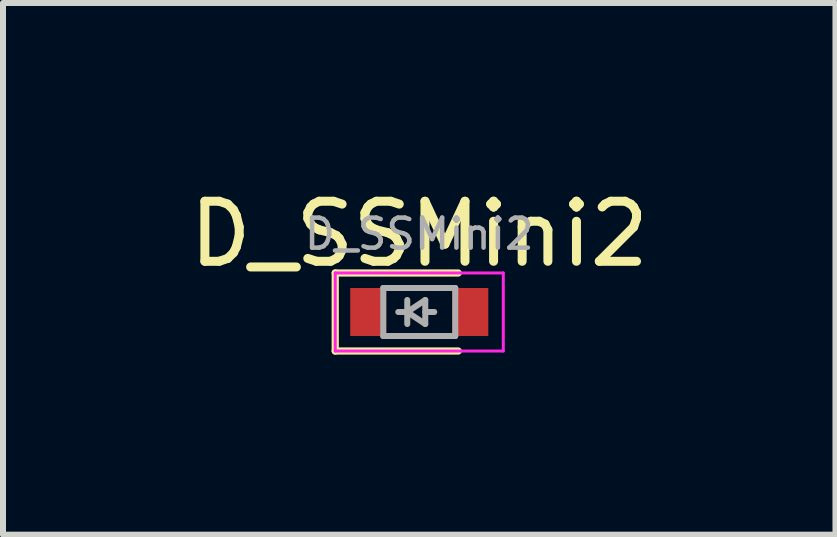
<source format=kicad_pcb>
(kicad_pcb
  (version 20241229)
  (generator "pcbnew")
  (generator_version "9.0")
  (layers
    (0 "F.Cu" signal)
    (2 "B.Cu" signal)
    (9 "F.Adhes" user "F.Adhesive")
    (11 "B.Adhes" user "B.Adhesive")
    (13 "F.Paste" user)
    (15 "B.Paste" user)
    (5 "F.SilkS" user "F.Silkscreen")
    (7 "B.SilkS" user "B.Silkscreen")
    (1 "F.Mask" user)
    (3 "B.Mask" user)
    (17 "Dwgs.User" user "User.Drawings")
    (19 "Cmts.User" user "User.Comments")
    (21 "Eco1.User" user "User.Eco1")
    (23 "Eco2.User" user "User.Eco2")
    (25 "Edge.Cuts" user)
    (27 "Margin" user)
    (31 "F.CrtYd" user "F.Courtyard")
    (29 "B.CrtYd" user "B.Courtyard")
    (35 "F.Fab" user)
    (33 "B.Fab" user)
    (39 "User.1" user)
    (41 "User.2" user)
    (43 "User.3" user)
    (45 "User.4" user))
  (footprint "D_SSMini2"
    (layer "F.Cu")
    (at 3.935 2.148)
    (property "Reference" "D_SSMini2" (at 0 -1.3 0) (layer "F.SilkS") (effects (font (size 1 1) (thickness 0.15))))
    (attr smd)
    (fp_line (start -1.4 -0.65) (end -1.4 0.65) (stroke (width 0.12) (type solid)) (layer "F.SilkS"))
    (fp_line (start 0.65 -0.65) (end -1.4 -0.65) (stroke (width 0.12) (type solid)) (layer "F.SilkS"))
    (fp_line (start 0.65 0.65) (end -1.4 0.65) (stroke (width 0.12) (type solid)) (layer "F.SilkS"))
    (fp_line (start -1.4 -0.65) (end 1.4 -0.65) (stroke (width 0.05) (type solid)) (layer "F.CrtYd"))
    (fp_line (start -1.4 0.65) (end -1.4 -0.65) (stroke (width 0.05) (type solid)) (layer "F.CrtYd"))
    (fp_line (start 1.4 -0.65) (end 1.4 0.65) (stroke (width 0.05) (type solid)) (layer "F.CrtYd"))
    (fp_line (start 1.4 0.65) (end -1.4 0.65) (stroke (width 0.05) (type solid)) (layer "F.CrtYd"))
    (fp_line (start -0.6 -0.4) (end 0.6 -0.4) (stroke (width 0.1) (type solid)) (layer "F.Fab"))
    (fp_line (start -0.6 0.4) (end -0.6 -0.4) (stroke (width 0.1) (type solid)) (layer "F.Fab"))
    (fp_line (start -0.2 0) (end -0.35 0) (stroke (width 0.1) (type solid)) (layer "F.Fab"))
    (fp_line (start -0.2 0) (end 0.1 0.2) (stroke (width 0.1) (type solid)) (layer "F.Fab"))
    (fp_line (start -0.2 0.2) (end -0.2 -0.2) (stroke (width 0.1) (type solid)) (layer "F.Fab"))
    (fp_line (start 0.1 -0.2) (end -0.2 0) (stroke (width 0.1) (type solid)) (layer "F.Fab"))
    (fp_line (start 0.1 0) (end 0.25 0) (stroke (width 0.1) (type solid)) (layer "F.Fab"))
    (fp_line (start 0.1 0.2) (end 0.1 -0.2) (stroke (width 0.1) (type solid)) (layer "F.Fab"))
    (fp_line (start 0.6 -0.4) (end 0.6 0.4) (stroke (width 0.1) (type solid)) (layer "F.Fab"))
    (fp_line (start 0.6 0.4) (end -0.6 0.4) (stroke (width 0.1) (type solid)) (layer "F.Fab"))
    (fp_text user "${REFERENCE}" (at 0 -1.3 0) (layer "F.Fab") (effects (font (size 0.5 0.5) (thickness 0.075))))
    (pad "1" smd rect (at -0.85 0 180) (size 0.6 0.8) (layers "F.Cu" "F.Mask" "F.Paste"))
    (pad "2" smd rect (at 0.85 0 180) (size 0.6 0.8) (layers "F.Cu" "F.Mask" "F.Paste")))
  (gr_rect
    (start -3 -3)
    (end 10.869 5.858)
    (stroke (width 0.1) (type default))
    (fill no)
    (layer "Edge.Cuts")))
</source>
